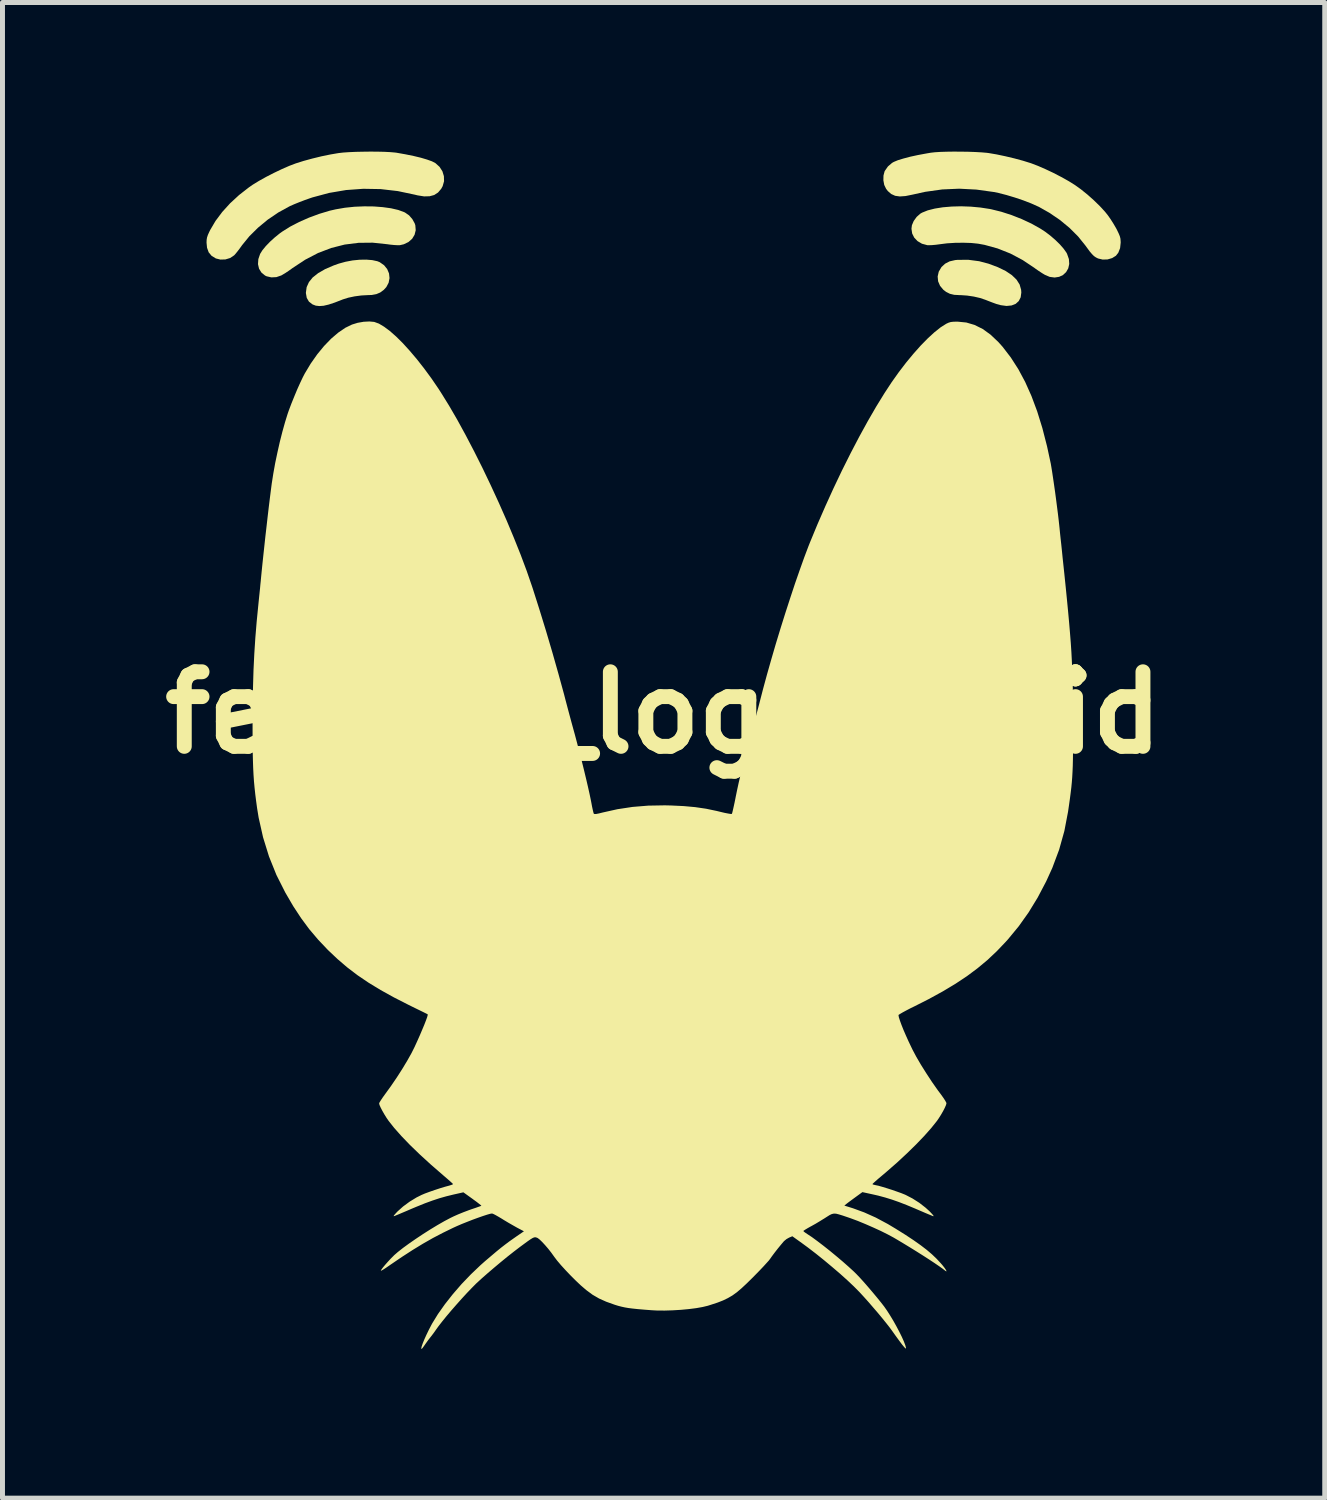
<source format=kicad_pcb>
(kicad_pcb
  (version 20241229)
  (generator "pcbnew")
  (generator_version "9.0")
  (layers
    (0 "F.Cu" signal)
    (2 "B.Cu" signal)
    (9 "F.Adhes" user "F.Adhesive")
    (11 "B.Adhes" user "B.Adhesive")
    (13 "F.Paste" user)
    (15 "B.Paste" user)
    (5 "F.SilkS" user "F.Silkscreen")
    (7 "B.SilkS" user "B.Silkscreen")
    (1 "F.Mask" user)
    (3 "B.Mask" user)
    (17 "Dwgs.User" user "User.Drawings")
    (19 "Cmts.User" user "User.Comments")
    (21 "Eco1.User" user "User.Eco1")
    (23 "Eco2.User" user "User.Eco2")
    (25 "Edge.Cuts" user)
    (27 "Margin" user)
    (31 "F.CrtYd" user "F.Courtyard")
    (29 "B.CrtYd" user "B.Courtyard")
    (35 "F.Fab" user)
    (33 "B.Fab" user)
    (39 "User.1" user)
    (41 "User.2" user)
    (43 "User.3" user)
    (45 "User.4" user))
  (footprint "fennec_logo_solid"
    (layer "F.Cu")
    (at 10.3 11.286)
    (property "Reference" "fennec_logo_solid" (at 0 0 0) (layer "F.SilkS") (effects (font (size 1.5 1.5) (thickness 0.3))))
    (attr board_only exclude_from_pos_files exclude_from_bom)
    (fp_poly (pts (xy 6.348 -9.081) (xy 6.534 -9.032) (xy 6.724 -8.961) (xy 6.882 -8.884) (xy 7.007 -8.8) (xy 7.1 -8.71) (xy 7.162 -8.612) (xy 7.192 -8.507) (xy 7.196 -8.452) (xy 7.183 -8.355) (xy 7.144 -8.279) (xy 7.082 -8.223) (xy 7 -8.191) (xy 6.898 -8.181) (xy 6.781 -8.197) (xy 6.697 -8.22) (xy 6.617 -8.249) (xy 6.531 -8.282) (xy 6.47 -8.306) (xy 6.366 -8.341) (xy 6.24 -8.37) (xy 6.106 -8.39) (xy 5.976 -8.399) (xy 5.954 -8.399) (xy 5.845 -8.405) (xy 5.758 -8.426) (xy 5.683 -8.464) (xy 5.629 -8.505) (xy 5.561 -8.586) (xy 5.522 -8.677) (xy 5.513 -8.774) (xy 5.535 -8.871) (xy 5.589 -8.962) (xy 5.591 -8.965) (xy 5.664 -9.032) (xy 5.753 -9.078) (xy 5.866 -9.104) (xy 5.909 -9.108) (xy 6.128 -9.11)) (stroke (width 0) (type solid)) (fill yes) (layer "F.SilkS"))
    (fp_poly (pts (xy -5.86 -9.103) (xy -5.759 -9.081) (xy -5.712 -9.062) (xy -5.624 -9.001) (xy -5.561 -8.923) (xy -5.524 -8.835) (xy -5.514 -8.741) (xy -5.532 -8.648) (xy -5.578 -8.561) (xy -5.629 -8.505) (xy -5.701 -8.452) (xy -5.779 -8.419) (xy -5.871 -8.402) (xy -5.954 -8.399) (xy -6.082 -8.392) (xy -6.216 -8.374) (xy -6.344 -8.347) (xy -6.453 -8.313) (xy -6.47 -8.306) (xy -6.617 -8.249) (xy -6.738 -8.209) (xy -6.84 -8.185) (xy -6.924 -8.179) (xy -6.997 -8.187) (xy -7.06 -8.211) (xy -7.064 -8.213) (xy -7.135 -8.268) (xy -7.179 -8.343) (xy -7.196 -8.438) (xy -7.196 -8.452) (xy -7.181 -8.56) (xy -7.135 -8.661) (xy -7.059 -8.755) (xy -6.95 -8.841) (xy -6.81 -8.922) (xy -6.638 -8.996) (xy -6.534 -9.033) (xy -6.399 -9.07) (xy -6.257 -9.097) (xy -6.115 -9.111) (xy -5.981 -9.113)) (stroke (width 0) (type solid)) (fill yes) (layer "F.SilkS"))
    (fp_poly (pts (xy -5.832 -10.183) (xy -5.65 -10.169) (xy -5.484 -10.146) (xy -5.338 -10.112) (xy -5.218 -10.068) (xy -5.199 -10.058) (xy -5.121 -10.004) (xy -5.055 -9.928) (xy -5.008 -9.843) (xy -4.995 -9.805) (xy -4.987 -9.705) (xy -5.01 -9.613) (xy -5.059 -9.532) (xy -5.133 -9.467) (xy -5.227 -9.422) (xy -5.304 -9.404) (xy -5.351 -9.403) (xy -5.421 -9.407) (xy -5.503 -9.415) (xy -5.56 -9.423) (xy -5.853 -9.454) (xy -6.138 -9.451) (xy -6.416 -9.416) (xy -6.687 -9.347) (xy -6.952 -9.246) (xy -7.211 -9.111) (xy -7.466 -8.943) (xy -7.475 -8.936) (xy -7.544 -8.887) (xy -7.613 -8.841) (xy -7.672 -8.806) (xy -7.691 -8.795) (xy -7.79 -8.761) (xy -7.892 -8.756) (xy -7.987 -8.778) (xy -8.018 -8.793) (xy -8.091 -8.853) (xy -8.139 -8.931) (xy -8.16 -9.022) (xy -8.153 -9.123) (xy -8.118 -9.226) (xy -8.116 -9.23) (xy -8.071 -9.302) (xy -8.003 -9.385) (xy -7.917 -9.474) (xy -7.819 -9.563) (xy -7.716 -9.646) (xy -7.675 -9.675) (xy -7.516 -9.775) (xy -7.333 -9.87) (xy -7.133 -9.958) (xy -6.927 -10.034) (xy -6.722 -10.096) (xy -6.596 -10.125) (xy -6.41 -10.157) (xy -6.217 -10.177) (xy -6.022 -10.185)) (stroke (width 0) (type solid)) (fill yes) (layer "F.SilkS"))
    (fp_poly (pts (xy 6.18 -10.179) (xy 6.374 -10.161) (xy 6.562 -10.132) (xy 6.596 -10.125) (xy 6.794 -10.076) (xy 7.001 -10.009) (xy 7.206 -9.928) (xy 7.401 -9.837) (xy 7.576 -9.739) (xy 7.675 -9.675) (xy 7.779 -9.596) (xy 7.88 -9.509) (xy 7.971 -9.42) (xy 8.047 -9.333) (xy 8.102 -9.256) (xy 8.116 -9.23) (xy 8.153 -9.124) (xy 8.16 -9.026) (xy 8.14 -8.937) (xy 8.097 -8.862) (xy 8.035 -8.804) (xy 7.957 -8.767) (xy 7.866 -8.753) (xy 7.767 -8.766) (xy 7.672 -8.806) (xy 7.614 -8.841) (xy 7.542 -8.888) (xy 7.472 -8.937) (xy 7.461 -8.946) (xy 7.224 -9.104) (xy 6.975 -9.236) (xy 6.718 -9.338) (xy 6.457 -9.41) (xy 6.325 -9.434) (xy 6.188 -9.448) (xy 6.031 -9.453) (xy 5.865 -9.451) (xy 5.702 -9.441) (xy 5.56 -9.423) (xy 5.477 -9.412) (xy 5.398 -9.405) (xy 5.334 -9.403) (xy 5.304 -9.404) (xy 5.197 -9.433) (xy 5.109 -9.485) (xy 5.042 -9.555) (xy 5 -9.639) (xy 4.986 -9.734) (xy 4.995 -9.805) (xy 5.031 -9.89) (xy 5.09 -9.972) (xy 5.163 -10.037) (xy 5.199 -10.058) (xy 5.313 -10.104) (xy 5.455 -10.14) (xy 5.618 -10.166) (xy 5.797 -10.181) (xy 5.986 -10.186)) (stroke (width 0) (type solid)) (fill yes) (layer "F.SilkS"))
    (fp_poly (pts (xy -5.757 -11.285) (xy -5.622 -11.282) (xy -5.503 -11.276) (xy -5.409 -11.268) (xy -5.376 -11.264) (xy -5.195 -11.232) (xy -5.029 -11.198) (xy -4.883 -11.163) (xy -4.759 -11.126) (xy -4.661 -11.091) (xy -4.593 -11.056) (xy -4.589 -11.053) (xy -4.507 -10.979) (xy -4.45 -10.89) (xy -4.42 -10.792) (xy -4.417 -10.69) (xy -4.445 -10.591) (xy -4.474 -10.538) (xy -4.538 -10.463) (xy -4.615 -10.413) (xy -4.707 -10.388) (xy -4.818 -10.385) (xy -4.95 -10.406) (xy -5.007 -10.42) (xy -5.348 -10.492) (xy -5.693 -10.532) (xy -6.041 -10.538) (xy -6.387 -10.513) (xy -6.729 -10.455) (xy -7.064 -10.365) (xy -7.12 -10.346) (xy -7.224 -10.309) (xy -7.331 -10.268) (xy -7.43 -10.228) (xy -7.512 -10.192) (xy -7.53 -10.183) (xy -7.752 -10.061) (xy -7.964 -9.917) (xy -8.159 -9.756) (xy -8.333 -9.584) (xy -8.479 -9.405) (xy -8.484 -9.398) (xy -8.533 -9.33) (xy -8.58 -9.269) (xy -8.618 -9.223) (xy -8.639 -9.2) (xy -8.719 -9.146) (xy -8.815 -9.117) (xy -8.916 -9.114) (xy -9.008 -9.137) (xy -9.093 -9.189) (xy -9.152 -9.26) (xy -9.185 -9.352) (xy -9.195 -9.455) (xy -9.193 -9.511) (xy -9.185 -9.559) (xy -9.168 -9.61) (xy -9.139 -9.674) (xy -9.119 -9.714) (xy -9.014 -9.892) (xy -8.88 -10.071) (xy -8.721 -10.246) (xy -8.541 -10.412) (xy -8.345 -10.565) (xy -8.266 -10.62) (xy -8.142 -10.696) (xy -7.997 -10.777) (xy -7.839 -10.858) (xy -7.68 -10.934) (xy -7.529 -11) (xy -7.4 -11.049) (xy -7.245 -11.098) (xy -7.069 -11.146) (xy -6.885 -11.191) (xy -6.706 -11.228) (xy -6.543 -11.256) (xy -6.542 -11.256) (xy -6.449 -11.267) (xy -6.331 -11.275) (xy -6.196 -11.281) (xy -6.051 -11.284) (xy -5.903 -11.286)) (stroke (width 0) (type solid)) (fill yes) (layer "F.SilkS"))
    (fp_poly (pts (xy 5.983 -11.285) (xy 6.13 -11.283) (xy 6.27 -11.278) (xy 6.395 -11.271) (xy 6.5 -11.262) (xy 6.539 -11.257) (xy 6.697 -11.23) (xy 6.873 -11.193) (xy 7.054 -11.15) (xy 7.228 -11.103) (xy 7.382 -11.055) (xy 7.4 -11.049) (xy 7.533 -10.998) (xy 7.684 -10.932) (xy 7.843 -10.857) (xy 7.999 -10.776) (xy 8.144 -10.695) (xy 8.265 -10.62) (xy 8.393 -10.529) (xy 8.526 -10.422) (xy 8.656 -10.306) (xy 8.777 -10.188) (xy 8.88 -10.076) (xy 8.933 -10.01) (xy 8.991 -9.928) (xy 9.05 -9.835) (xy 9.102 -9.746) (xy 9.119 -9.714) (xy 9.155 -9.639) (xy 9.178 -9.583) (xy 9.19 -9.535) (xy 9.194 -9.484) (xy 9.195 -9.455) (xy 9.183 -9.344) (xy 9.147 -9.252) (xy 9.099 -9.191) (xy 9.023 -9.144) (xy 8.931 -9.117) (xy 8.834 -9.114) (xy 8.744 -9.135) (xy 8.738 -9.137) (xy 8.696 -9.158) (xy 8.657 -9.185) (xy 8.618 -9.224) (xy 8.572 -9.278) (xy 8.516 -9.354) (xy 8.484 -9.398) (xy 8.339 -9.578) (xy 8.166 -9.751) (xy 7.971 -9.912) (xy 7.759 -10.056) (xy 7.538 -10.18) (xy 7.53 -10.183) (xy 7.394 -10.244) (xy 7.236 -10.305) (xy 7.067 -10.362) (xy 6.897 -10.413) (xy 6.737 -10.454) (xy 6.646 -10.473) (xy 6.293 -10.522) (xy 5.947 -10.54) (xy 5.605 -10.525) (xy 5.262 -10.477) (xy 5.004 -10.42) (xy 4.866 -10.392) (xy 4.752 -10.384) (xy 4.658 -10.397) (xy 4.579 -10.433) (xy 4.511 -10.492) (xy 4.475 -10.539) (xy 4.438 -10.616) (xy 4.421 -10.709) (xy 4.423 -10.804) (xy 4.445 -10.888) (xy 4.45 -10.898) (xy 4.513 -10.988) (xy 4.596 -11.059) (xy 4.631 -11.079) (xy 4.713 -11.113) (xy 4.824 -11.147) (xy 4.96 -11.183) (xy 5.116 -11.217) (xy 5.288 -11.249) (xy 5.376 -11.264) (xy 5.457 -11.273) (xy 5.566 -11.28) (xy 5.694 -11.284) (xy 5.835 -11.286)) (stroke (width 0) (type solid)) (fill yes) (layer "F.SilkS"))
    (fp_poly (pts (xy -5.822 -7.86) (xy -5.819 -7.859) (xy -5.728 -7.826) (xy -5.624 -7.764) (xy -5.507 -7.677) (xy -5.381 -7.566) (xy -5.247 -7.433) (xy -5.108 -7.28) (xy -4.964 -7.11) (xy -4.818 -6.924) (xy -4.671 -6.724) (xy -4.527 -6.513) (xy -4.475 -6.432) (xy -4.317 -6.177) (xy -4.153 -5.895) (xy -3.985 -5.588) (xy -3.815 -5.263) (xy -3.645 -4.924) (xy -3.478 -4.575) (xy -3.315 -4.221) (xy -3.159 -3.868) (xy -3.013 -3.519) (xy -2.877 -3.179) (xy -2.755 -2.853) (xy -2.649 -2.546) (xy -2.633 -2.498) (xy -2.5 -2.08) (xy -2.367 -1.648) (xy -2.238 -1.211) (xy -2.116 -0.781) (xy -2.003 -0.369) (xy -1.975 -0.26) (xy -1.939 -0.124) (xy -1.898 0.03) (xy -1.855 0.189) (xy -1.814 0.339) (xy -1.786 0.44) (xy -1.741 0.61) (xy -1.694 0.789) (xy -1.647 0.972) (xy -1.602 1.154) (xy -1.56 1.329) (xy -1.522 1.492) (xy -1.49 1.635) (xy -1.465 1.755) (xy -1.455 1.806) (xy -1.44 1.887) (xy -1.425 1.957) (xy -1.413 2.007) (xy -1.405 2.032) (xy -1.405 2.033) (xy -1.39 2.04) (xy -1.357 2.039) (xy -1.301 2.028) (xy -1.225 2.009) (xy -0.929 1.943) (xy -0.626 1.897) (xy -0.31 1.871) (xy 0.025 1.865) (xy 0.151 1.868) (xy 0.404 1.88) (xy 0.635 1.901) (xy 0.853 1.933) (xy 1.068 1.978) (xy 1.15 1.998) (xy 1.23 2.017) (xy 1.298 2.03) (xy 1.347 2.038) (xy 1.372 2.038) (xy 1.373 2.037) (xy 1.38 2.017) (xy 1.392 1.969) (xy 1.408 1.898) (xy 1.427 1.811) (xy 1.447 1.712) (xy 1.447 1.71) (xy 1.477 1.564) (xy 1.51 1.411) (xy 1.548 1.248) (xy 1.592 1.07) (xy 1.642 0.873) (xy 1.7 0.653) (xy 1.767 0.406) (xy 1.778 0.364) (xy 1.812 0.24) (xy 1.845 0.119) (xy 1.875 0.006) (xy 1.901 -0.091) (xy 1.921 -0.167) (xy 1.93 -0.203) (xy 2.001 -0.477) (xy 2.08 -0.768) (xy 2.166 -1.071) (xy 2.256 -1.38) (xy 2.351 -1.692) (xy 2.448 -2.001) (xy 2.546 -2.303) (xy 2.642 -2.593) (xy 2.737 -2.866) (xy 2.827 -3.118) (xy 2.912 -3.343) (xy 2.943 -3.421) (xy 3.093 -3.784) (xy 3.252 -4.149) (xy 3.417 -4.512) (xy 3.587 -4.869) (xy 3.76 -5.215) (xy 3.934 -5.548) (xy 4.107 -5.863) (xy 4.277 -6.157) (xy 4.442 -6.425) (xy 4.587 -6.646) (xy 4.731 -6.849) (xy 4.878 -7.041) (xy 5.026 -7.22) (xy 5.172 -7.384) (xy 5.313 -7.528) (xy 5.447 -7.651) (xy 5.571 -7.75) (xy 5.683 -7.821) (xy 5.69 -7.825) (xy 5.734 -7.845) (xy 5.778 -7.858) (xy 5.833 -7.864) (xy 5.911 -7.865) (xy 5.918 -7.865) (xy 6.09 -7.848) (xy 6.256 -7.799) (xy 6.419 -7.718) (xy 6.578 -7.603) (xy 6.734 -7.455) (xy 6.82 -7.359) (xy 6.985 -7.144) (xy 7.136 -6.909) (xy 7.274 -6.651) (xy 7.4 -6.369) (xy 7.515 -6.061) (xy 7.619 -5.725) (xy 7.713 -5.36) (xy 7.788 -5.012) (xy 7.8 -4.942) (xy 7.816 -4.843) (xy 7.834 -4.723) (xy 7.854 -4.587) (xy 7.875 -4.441) (xy 7.895 -4.291) (xy 7.914 -4.143) (xy 7.932 -4.003) (xy 7.947 -3.876) (xy 7.958 -3.776) (xy 7.965 -3.711) (xy 7.974 -3.618) (xy 7.986 -3.505) (xy 8 -3.379) (xy 8.014 -3.245) (xy 8.026 -3.124) (xy 8.06 -2.805) (xy 8.09 -2.515) (xy 8.116 -2.253) (xy 8.139 -2.014) (xy 8.159 -1.794) (xy 8.176 -1.592) (xy 8.191 -1.402) (xy 8.203 -1.222) (xy 8.212 -1.048) (xy 8.22 -0.877) (xy 8.226 -0.705) (xy 8.231 -0.529) (xy 8.234 -0.345) (xy 8.236 -0.151) (xy 8.237 0.058) (xy 8.237 0.212) (xy 8.237 0.435) (xy 8.237 0.628) (xy 8.236 0.796) (xy 8.234 0.943) (xy 8.231 1.072) (xy 8.226 1.189) (xy 8.22 1.297) (xy 8.212 1.401) (xy 8.202 1.504) (xy 8.189 1.612) (xy 8.174 1.728) (xy 8.156 1.856) (xy 8.135 2) (xy 8.134 2.004) (xy 8.062 2.381) (xy 7.957 2.756) (xy 7.819 3.125) (xy 7.696 3.395) (xy 7.524 3.722) (xy 7.341 4.021) (xy 7.144 4.298) (xy 6.928 4.56) (xy 6.882 4.611) (xy 6.702 4.8) (xy 6.515 4.976) (xy 6.316 5.142) (xy 6.103 5.301) (xy 5.871 5.455) (xy 5.616 5.608) (xy 5.335 5.762) (xy 5.059 5.902) (xy 4.961 5.95) (xy 4.875 5.995) (xy 4.805 6.033) (xy 4.754 6.063) (xy 4.727 6.081) (xy 4.725 6.085) (xy 4.732 6.127) (xy 4.753 6.193) (xy 4.785 6.281) (xy 4.826 6.384) (xy 4.875 6.497) (xy 4.929 6.617) (xy 4.987 6.738) (xy 5.008 6.782) (xy 5.084 6.925) (xy 5.178 7.086) (xy 5.285 7.256) (xy 5.399 7.43) (xy 5.517 7.598) (xy 5.583 7.686) (xy 5.627 7.748) (xy 5.663 7.803) (xy 5.685 7.843) (xy 5.69 7.858) (xy 5.681 7.893) (xy 5.657 7.949) (xy 5.622 8.017) (xy 5.58 8.09) (xy 5.535 8.161) (xy 5.5 8.212) (xy 5.384 8.357) (xy 5.243 8.516) (xy 5.079 8.687) (xy 4.896 8.866) (xy 4.697 9.051) (xy 4.484 9.237) (xy 4.391 9.316) (xy 4.324 9.372) (xy 4.267 9.422) (xy 4.226 9.459) (xy 4.203 9.481) (xy 4.201 9.485) (xy 4.215 9.494) (xy 4.252 9.503) (xy 4.27 9.507) (xy 4.323 9.518) (xy 4.4 9.54) (xy 4.492 9.568) (xy 4.592 9.6) (xy 4.69 9.634) (xy 4.78 9.666) (xy 4.852 9.695) (xy 4.87 9.703) (xy 5.007 9.774) (xy 5.145 9.862) (xy 5.271 9.96) (xy 5.351 10.033) (xy 5.401 10.086) (xy 5.428 10.118) (xy 5.43 10.131) (xy 5.419 10.129) (xy 5.39 10.117) (xy 5.336 10.095) (xy 5.262 10.064) (xy 5.174 10.026) (xy 5.078 9.985) (xy 5.072 9.982) (xy 4.892 9.907) (xy 4.735 9.846) (xy 4.592 9.796) (xy 4.456 9.754) (xy 4.319 9.717) (xy 4.214 9.693) (xy 3.999 9.646) (xy 3.867 9.742) (xy 3.803 9.789) (xy 3.743 9.833) (xy 3.698 9.867) (xy 3.685 9.877) (xy 3.636 9.917) (xy 3.812 9.972) (xy 4.036 10.054) (xy 4.268 10.158) (xy 4.511 10.288) (xy 4.668 10.382) (xy 4.86 10.502) (xy 5.025 10.611) (xy 5.168 10.712) (xy 5.291 10.806) (xy 5.398 10.897) (xy 5.493 10.988) (xy 5.58 11.082) (xy 5.607 11.113) (xy 5.648 11.165) (xy 5.677 11.207) (xy 5.69 11.233) (xy 5.687 11.241) (xy 5.664 11.227) (xy 5.66 11.223) (xy 5.614 11.187) (xy 5.542 11.136) (xy 5.45 11.073) (xy 5.341 11.001) (xy 5.22 10.923) (xy 5.09 10.841) (xy 4.956 10.758) (xy 4.823 10.677) (xy 4.694 10.6) (xy 4.624 10.559) (xy 4.509 10.497) (xy 4.371 10.428) (xy 4.218 10.358) (xy 4.06 10.289) (xy 3.905 10.225) (xy 3.762 10.172) (xy 3.701 10.151) (xy 3.601 10.117) (xy 3.526 10.094) (xy 3.47 10.08) (xy 3.425 10.078) (xy 3.384 10.087) (xy 3.341 10.107) (xy 3.287 10.141) (xy 3.215 10.187) (xy 3.214 10.187) (xy 3.143 10.231) (xy 3.058 10.282) (xy 2.974 10.329) (xy 2.955 10.339) (xy 2.893 10.374) (xy 2.845 10.403) (xy 2.816 10.423) (xy 2.811 10.428) (xy 2.824 10.443) (xy 2.858 10.468) (xy 2.891 10.49) (xy 2.982 10.55) (xy 3.091 10.63) (xy 3.213 10.723) (xy 3.343 10.826) (xy 3.474 10.934) (xy 3.602 11.042) (xy 3.72 11.146) (xy 3.824 11.241) (xy 3.878 11.294) (xy 3.943 11.362) (xy 4.022 11.449) (xy 4.111 11.551) (xy 4.203 11.659) (xy 4.293 11.767) (xy 4.375 11.868) (xy 4.437 11.948) (xy 4.495 12.031) (xy 4.557 12.128) (xy 4.621 12.234) (xy 4.683 12.345) (xy 4.741 12.455) (xy 4.792 12.558) (xy 4.833 12.65) (xy 4.862 12.726) (xy 4.876 12.78) (xy 4.876 12.791) (xy 4.868 12.791) (xy 4.841 12.765) (xy 4.797 12.712) (xy 4.738 12.633) (xy 4.663 12.53) (xy 4.589 12.426) (xy 4.541 12.361) (xy 4.474 12.276) (xy 4.394 12.177) (xy 4.305 12.07) (xy 4.211 11.961) (xy 4.118 11.853) (xy 4.03 11.755) (xy 3.952 11.67) (xy 3.935 11.652) (xy 3.827 11.543) (xy 3.697 11.42) (xy 3.55 11.288) (xy 3.391 11.152) (xy 3.227 11.015) (xy 3.064 10.884) (xy 2.905 10.762) (xy 2.781 10.671) (xy 2.59 10.534) (xy 2.527 10.56) (xy 2.473 10.59) (xy 2.422 10.632) (xy 2.416 10.639) (xy 2.361 10.704) (xy 2.297 10.782) (xy 2.233 10.864) (xy 2.177 10.939) (xy 2.142 10.989) (xy 2.116 11.023) (xy 2.069 11.075) (xy 2.007 11.143) (xy 1.933 11.221) (xy 1.85 11.306) (xy 1.795 11.362) (xy 1.673 11.482) (xy 1.568 11.58) (xy 1.474 11.66) (xy 1.384 11.725) (xy 1.293 11.778) (xy 1.196 11.825) (xy 1.086 11.868) (xy 0.958 11.91) (xy 0.889 11.932) (xy 0.785 11.957) (xy 0.656 11.98) (xy 0.507 11.999) (xy 0.346 12.014) (xy 0.181 12.024) (xy 0.02 12.029) (xy -0.131 12.028) (xy -0.241 12.022) (xy -0.396 12.01) (xy -0.523 11.999) (xy -0.627 11.988) (xy -0.713 11.977) (xy -0.787 11.964) (xy -0.854 11.949) (xy -0.919 11.932) (xy -0.986 11.911) (xy -1.154 11.851) (xy -1.299 11.786) (xy -1.43 11.71) (xy -1.557 11.616) (xy -1.671 11.518) (xy -1.772 11.422) (xy -1.875 11.319) (xy -1.974 11.215) (xy -2.065 11.115) (xy -2.142 11.024) (xy -2.199 10.949) (xy -2.206 10.939) (xy -2.26 10.864) (xy -2.321 10.786) (xy -2.384 10.713) (xy -2.444 10.648) (xy -2.495 10.599) (xy -2.533 10.57) (xy -2.539 10.567) (xy -2.563 10.558) (xy -2.584 10.554) (xy -2.608 10.558) (xy -2.638 10.571) (xy -2.679 10.596) (xy -2.735 10.635) (xy -2.81 10.69) (xy -2.89 10.749) (xy -3.008 10.839) (xy -3.14 10.943) (xy -3.277 11.055) (xy -3.414 11.17) (xy -3.545 11.282) (xy -3.662 11.385) (xy -3.76 11.475) (xy -3.774 11.488) (xy -3.859 11.574) (xy -3.956 11.675) (xy -4.06 11.788) (xy -4.166 11.907) (xy -4.27 12.026) (xy -4.368 12.142) (xy -4.454 12.248) (xy -4.525 12.339) (xy -4.572 12.404) (xy -4.617 12.468) (xy -4.667 12.535) (xy -4.691 12.565) (xy -4.736 12.623) (xy -4.785 12.691) (xy -4.815 12.734) (xy -4.85 12.783) (xy -4.871 12.802) (xy -4.876 12.793) (xy -4.868 12.753) (xy -4.846 12.689) (xy -4.813 12.608) (xy -4.771 12.515) (xy -4.723 12.416) (xy -4.672 12.318) (xy -4.654 12.285) (xy -4.539 12.098) (xy -4.399 11.9) (xy -4.239 11.697) (xy -4.064 11.495) (xy -3.877 11.3) (xy -3.685 11.117) (xy -3.595 11.037) (xy -3.469 10.93) (xy -3.364 10.841) (xy -3.272 10.766) (xy -3.188 10.701) (xy -3.107 10.64) (xy -3.023 10.581) (xy -2.952 10.531) (xy -2.81 10.434) (xy -2.95 10.36) (xy -3.026 10.317) (xy -3.117 10.265) (xy -3.209 10.21) (xy -3.257 10.18) (xy -3.326 10.139) (xy -3.386 10.105) (xy -3.43 10.083) (xy -3.452 10.076) (xy -3.489 10.082) (xy -3.552 10.1) (xy -3.635 10.127) (xy -3.732 10.161) (xy -3.839 10.2) (xy -3.949 10.243) (xy -4.057 10.286) (xy -4.157 10.329) (xy -4.234 10.364) (xy -4.441 10.465) (xy -4.642 10.57) (xy -4.842 10.684) (xy -5.047 10.809) (xy -5.265 10.95) (xy -5.5 11.11) (xy -5.539 11.137) (xy -5.599 11.178) (xy -5.648 11.209) (xy -5.68 11.226) (xy -5.69 11.227) (xy -5.678 11.205) (xy -5.648 11.164) (xy -5.604 11.111) (xy -5.55 11.05) (xy -5.492 10.987) (xy -5.433 10.928) (xy -5.425 10.919) (xy -5.347 10.851) (xy -5.244 10.77) (xy -5.122 10.681) (xy -4.986 10.587) (xy -4.842 10.491) (xy -4.694 10.397) (xy -4.549 10.309) (xy -4.411 10.23) (xy -4.286 10.164) (xy -4.222 10.133) (xy -4.132 10.093) (xy -4.026 10.05) (xy -3.92 10.01) (xy -3.864 9.99) (xy -3.789 9.965) (xy -3.727 9.943) (xy -3.684 9.928) (xy -3.666 9.92) (xy -3.666 9.92) (xy -3.677 9.909) (xy -3.711 9.882) (xy -3.762 9.842) (xy -3.827 9.795) (xy -3.844 9.782) (xy -4.028 9.65) (xy -4.228 9.695) (xy -4.371 9.73) (xy -4.509 9.769) (xy -4.651 9.816) (xy -4.804 9.872) (xy -4.974 9.941) (xy -5.072 9.982) (xy -5.169 10.024) (xy -5.257 10.061) (xy -5.332 10.093) (xy -5.388 10.116) (xy -5.418 10.128) (xy -5.419 10.129) (xy -5.432 10.129) (xy -5.422 10.111) (xy -5.389 10.073) (xy -5.351 10.033) (xy -5.241 9.935) (xy -5.111 9.839) (xy -4.972 9.754) (xy -4.87 9.703) (xy -4.802 9.674) (xy -4.71 9.64) (xy -4.606 9.604) (xy -4.5 9.569) (xy -4.401 9.539) (xy -4.32 9.517) (xy -4.313 9.515) (xy -4.268 9.501) (xy -4.24 9.489) (xy -4.237 9.483) (xy -4.251 9.468) (xy -4.286 9.436) (xy -4.338 9.39) (xy -4.402 9.335) (xy -4.437 9.305) (xy -4.681 9.093) (xy -4.903 8.89) (xy -5.102 8.698) (xy -5.275 8.518) (xy -5.422 8.352) (xy -5.532 8.213) (xy -5.574 8.152) (xy -5.617 8.083) (xy -5.658 8.011) (xy -5.692 7.946) (xy -5.715 7.894) (xy -5.723 7.863) (xy -5.714 7.839) (xy -5.687 7.796) (xy -5.649 7.739) (xy -5.608 7.682) (xy -5.487 7.515) (xy -5.369 7.342) (xy -5.258 7.169) (xy -5.158 7.003) (xy -5.072 6.85) (xy -5.011 6.728) (xy -4.956 6.608) (xy -4.904 6.491) (xy -4.857 6.38) (xy -4.815 6.28) (xy -4.782 6.195) (xy -4.758 6.129) (xy -4.746 6.085) (xy -4.746 6.069) (xy -4.761 6.061) (xy -4.803 6.04) (xy -4.868 6.008) (xy -4.95 5.968) (xy -5.046 5.921) (xy -5.131 5.879) (xy -5.427 5.728) (xy -5.694 5.58) (xy -5.937 5.432) (xy -6.16 5.281) (xy -6.367 5.123) (xy -6.562 4.956) (xy -6.751 4.777) (xy -6.757 4.771) (xy -6.951 4.566) (xy -7.129 4.356) (xy -7.293 4.134) (xy -7.452 3.892) (xy -7.608 3.624) (xy -7.609 3.623) (xy -7.789 3.266) (xy -7.939 2.893) (xy -8.058 2.508) (xy -8.147 2.112) (xy -8.178 1.922) (xy -8.198 1.775) (xy -8.215 1.639) (xy -8.229 1.509) (xy -8.241 1.381) (xy -8.25 1.249) (xy -8.257 1.109) (xy -8.262 0.956) (xy -8.266 0.787) (xy -8.268 0.596) (xy -8.269 0.379) (xy -8.269 0.22) (xy -8.267 -0.164) (xy -8.26 -0.521) (xy -8.25 -0.86) (xy -8.234 -1.187) (xy -8.213 -1.509) (xy -8.186 -1.835) (xy -8.154 -2.159) (xy -8.142 -2.278) (xy -8.13 -2.394) (xy -8.119 -2.499) (xy -8.111 -2.587) (xy -8.104 -2.65) (xy -8.103 -2.667) (xy -8.09 -2.8) (xy -8.074 -2.959) (xy -8.055 -3.139) (xy -8.034 -3.334) (xy -8.012 -3.538) (xy -7.988 -3.745) (xy -7.965 -3.948) (xy -7.942 -4.143) (xy -7.92 -4.322) (xy -7.9 -4.48) (xy -7.883 -4.611) (xy -7.881 -4.623) (xy -7.851 -4.814) (xy -7.814 -5.02) (xy -7.769 -5.234) (xy -7.721 -5.447) (xy -7.669 -5.652) (xy -7.616 -5.842) (xy -7.564 -6.01) (xy -7.54 -6.079) (xy -7.488 -6.217) (xy -7.43 -6.36) (xy -7.371 -6.502) (xy -7.312 -6.633) (xy -7.258 -6.747) (xy -7.219 -6.822) (xy -7.099 -7.022) (xy -6.969 -7.207) (xy -6.831 -7.375) (xy -6.689 -7.522) (xy -6.545 -7.645) (xy -6.403 -7.742) (xy -6.269 -7.807) (xy -6.155 -7.842) (xy -6.035 -7.863) (xy -5.92 -7.869)) (stroke (width 0) (type solid)) (fill yes) (layer "F.SilkS")))
  (gr_rect
    (start -3 -3)
    (end 23.6 27.088)
    (stroke (width 0.1) (type default))
    (fill no)
    (layer "Edge.Cuts")))
</source>
